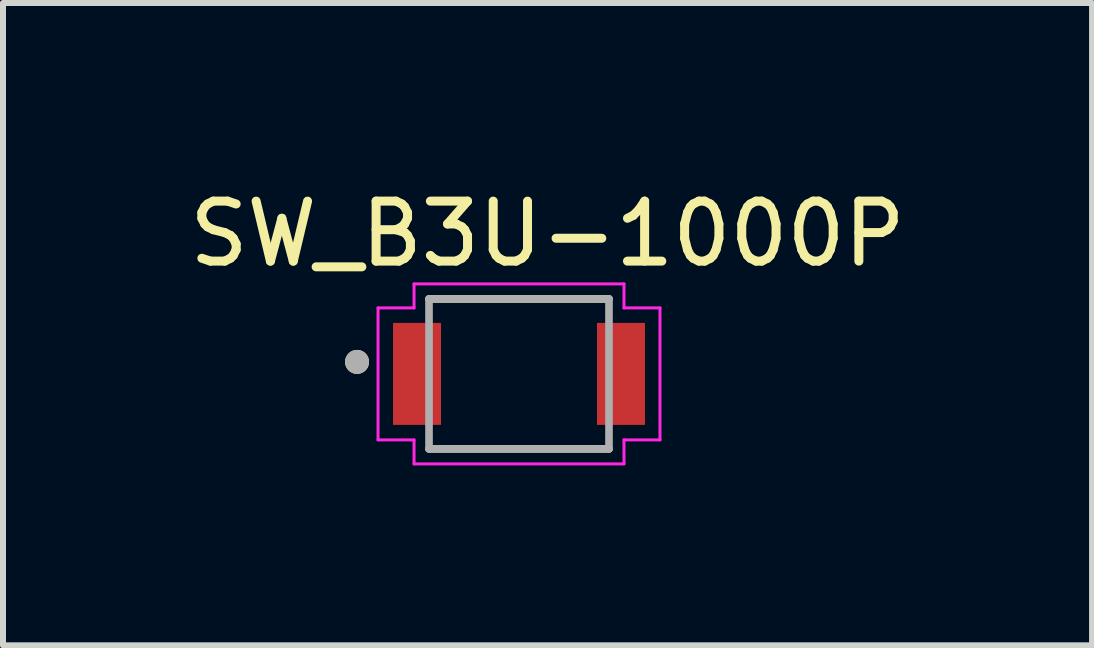
<source format=kicad_pcb>
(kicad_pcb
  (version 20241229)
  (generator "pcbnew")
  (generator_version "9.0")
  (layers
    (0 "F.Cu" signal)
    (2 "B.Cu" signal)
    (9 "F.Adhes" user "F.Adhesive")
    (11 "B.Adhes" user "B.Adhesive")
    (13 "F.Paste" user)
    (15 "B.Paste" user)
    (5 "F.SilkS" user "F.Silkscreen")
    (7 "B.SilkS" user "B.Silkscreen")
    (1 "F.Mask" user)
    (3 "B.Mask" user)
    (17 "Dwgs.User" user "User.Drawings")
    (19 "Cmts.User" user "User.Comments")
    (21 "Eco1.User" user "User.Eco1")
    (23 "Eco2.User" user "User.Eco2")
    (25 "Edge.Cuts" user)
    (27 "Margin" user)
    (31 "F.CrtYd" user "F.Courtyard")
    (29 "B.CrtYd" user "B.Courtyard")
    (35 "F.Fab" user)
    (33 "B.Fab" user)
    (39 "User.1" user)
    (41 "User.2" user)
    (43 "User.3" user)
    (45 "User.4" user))
  (footprint "SW_B3U-1000P"
    (layer "F.Cu")
    (at 5.602 3.183)
    (property "Reference" "SW_B3U-1000P" (at 0.475 -2.335 0) (layer "F.SilkS") (effects (font (size 1 1) (thickness 0.15))))
    (attr smd)
    (fp_line (start -1.5 -1.25) (end 1.5 -1.25) (stroke (width 0.127) (type solid)) (layer "F.SilkS"))
    (fp_line (start -1.5 1.25) (end 1.5 1.25) (stroke (width 0.127) (type solid)) (layer "F.SilkS"))
    (fp_circle (center -2.7 -0.2) (end -2.6 -0.2) (stroke (width 0.2) (type solid)) (fill no) (layer "F.SilkS"))
    (fp_line (start -2.35 -1.1) (end -1.75 -1.1) (stroke (width 0.05) (type solid)) (layer "F.CrtYd"))
    (fp_line (start -2.35 1.1) (end -2.35 -1.1) (stroke (width 0.05) (type solid)) (layer "F.CrtYd"))
    (fp_line (start -1.75 -1.5) (end 1.75 -1.5) (stroke (width 0.05) (type solid)) (layer "F.CrtYd"))
    (fp_line (start -1.75 -1.1) (end -1.75 -1.5) (stroke (width 0.05) (type solid)) (layer "F.CrtYd"))
    (fp_line (start -1.75 1.1) (end -2.35 1.1) (stroke (width 0.05) (type solid)) (layer "F.CrtYd"))
    (fp_line (start -1.75 1.5) (end -1.75 1.1) (stroke (width 0.05) (type solid)) (layer "F.CrtYd"))
    (fp_line (start 1.75 -1.5) (end 1.75 -1.1) (stroke (width 0.05) (type solid)) (layer "F.CrtYd"))
    (fp_line (start 1.75 -1.1) (end 2.35 -1.1) (stroke (width 0.05) (type solid)) (layer "F.CrtYd"))
    (fp_line (start 1.75 1.1) (end 1.75 1.5) (stroke (width 0.05) (type solid)) (layer "F.CrtYd"))
    (fp_line (start 1.75 1.5) (end -1.75 1.5) (stroke (width 0.05) (type solid)) (layer "F.CrtYd"))
    (fp_line (start 2.35 -1.1) (end 2.35 1.1) (stroke (width 0.05) (type solid)) (layer "F.CrtYd"))
    (fp_line (start 2.35 1.1) (end 1.75 1.1) (stroke (width 0.05) (type solid)) (layer "F.CrtYd"))
    (fp_line (start -1.5 1.25) (end -1.5 -1.25) (stroke (width 0.127) (type solid)) (layer "F.Fab"))
    (fp_line (start 1.5 -1.25) (end -1.5 -1.25) (stroke (width 0.127) (type solid)) (layer "F.Fab"))
    (fp_line (start 1.5 -1.25) (end 1.5 1.25) (stroke (width 0.127) (type solid)) (layer "F.Fab"))
    (fp_line (start 1.5 1.25) (end -1.5 1.25) (stroke (width 0.127) (type solid)) (layer "F.Fab"))
    (fp_circle (center -2.7 -0.2) (end -2.6 -0.2) (stroke (width 0.2) (type solid)) (fill no) (layer "F.Fab"))
    (pad "1" smd rect (at -1.7 0 90) (size 1.7 0.8) (layers "F.Cu" "F.Mask" "F.Paste"))
    (pad "2" smd rect (at 1.7 0 90) (size 1.7 0.8) (layers "F.Cu" "F.Mask" "F.Paste")))
  (gr_rect
    (start -3 -3)
    (end 15.155 7.708)
    (stroke (width 0.1) (type default))
    (fill no)
    (layer "Edge.Cuts")))
</source>
